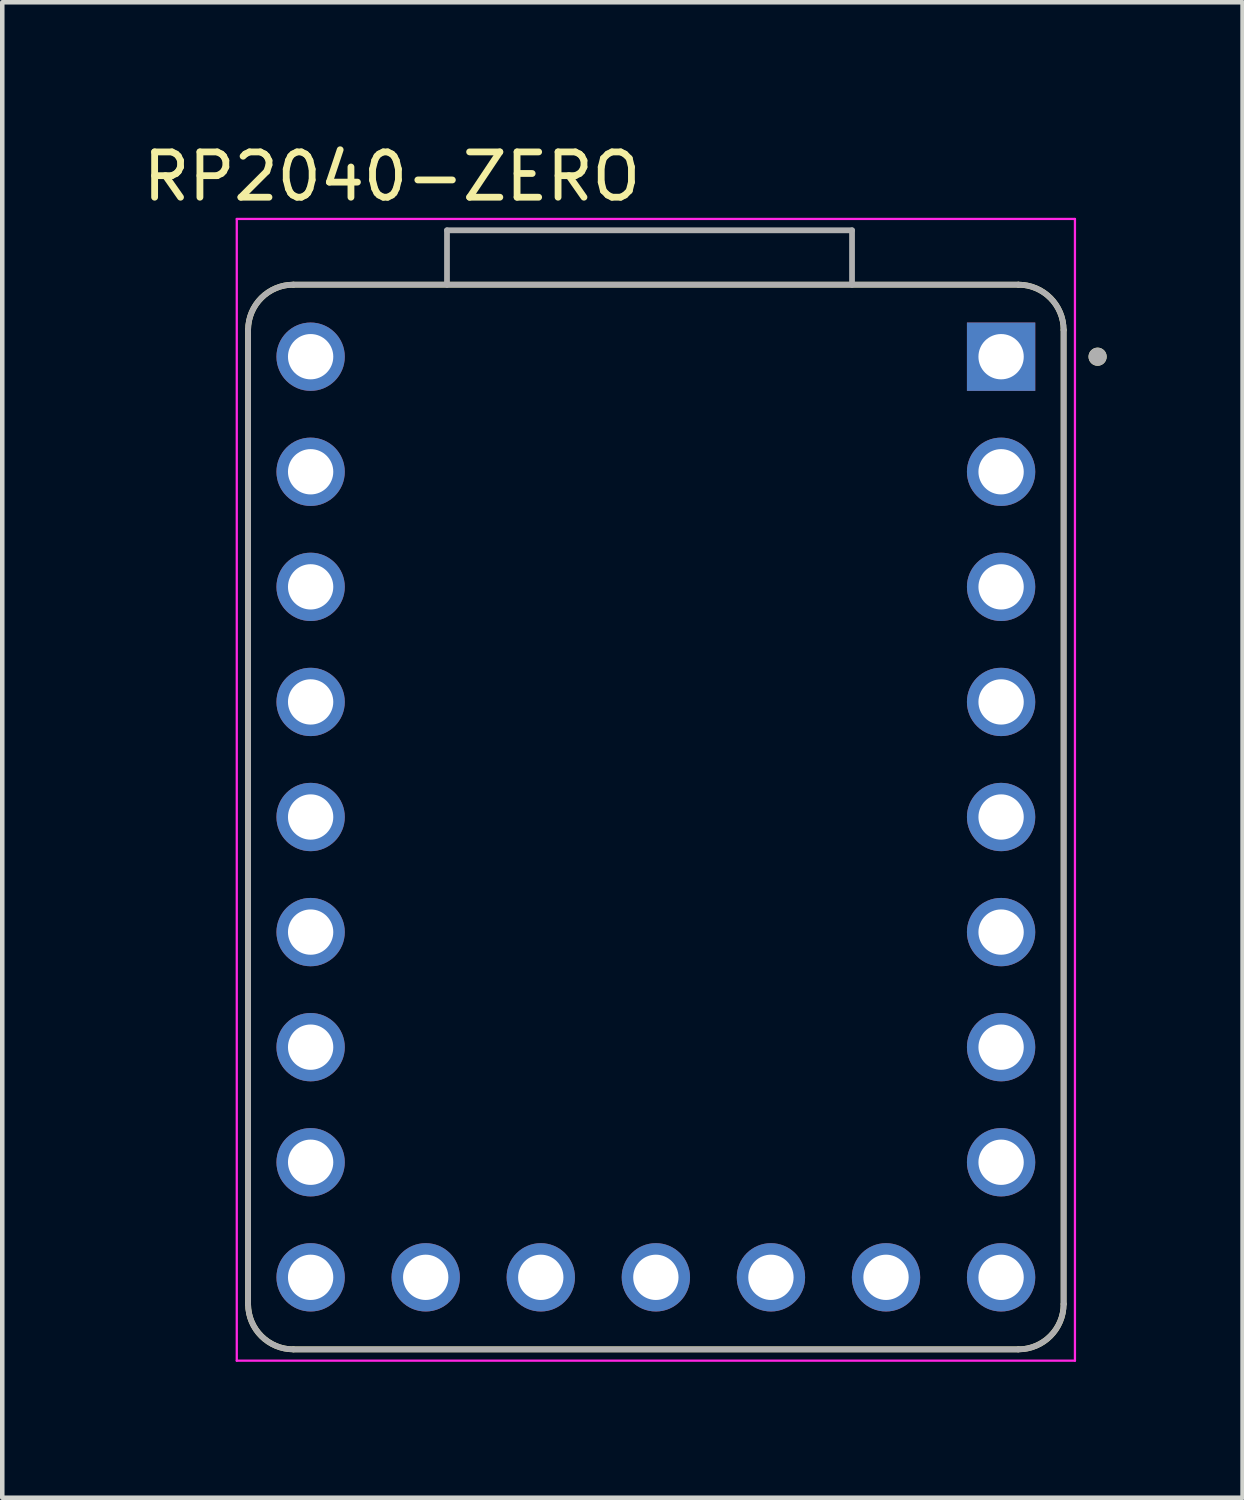
<source format=kicad_pcb>
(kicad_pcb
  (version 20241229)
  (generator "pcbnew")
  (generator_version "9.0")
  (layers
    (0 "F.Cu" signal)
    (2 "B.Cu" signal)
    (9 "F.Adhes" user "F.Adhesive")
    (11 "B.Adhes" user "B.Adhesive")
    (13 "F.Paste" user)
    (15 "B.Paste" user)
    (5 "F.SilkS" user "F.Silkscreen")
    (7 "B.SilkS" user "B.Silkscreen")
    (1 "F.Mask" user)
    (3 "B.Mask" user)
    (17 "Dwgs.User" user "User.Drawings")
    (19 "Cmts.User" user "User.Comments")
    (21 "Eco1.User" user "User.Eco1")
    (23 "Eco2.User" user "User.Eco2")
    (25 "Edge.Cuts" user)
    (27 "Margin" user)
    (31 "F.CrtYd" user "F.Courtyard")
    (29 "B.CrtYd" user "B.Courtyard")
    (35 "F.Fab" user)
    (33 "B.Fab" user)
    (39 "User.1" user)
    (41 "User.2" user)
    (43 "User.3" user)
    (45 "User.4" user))
  (footprint "RP2040-ZERO"
    (layer "F.Cu")
    (at 11.426 14.983)
    (property "Reference" "RP2040-ZERO" (at -5.825 -14.135 0) (layer "F.SilkS") (effects (font (size 1 1) (thickness 0.15))))
    (attr through_hole)
    (fp_line (start -9 -10.75) (end -9 10.75) (stroke (width 0.127) (type solid)) (layer "F.SilkS"))
    (fp_line (start -8 11.75) (end 8 11.75) (stroke (width 0.127) (type solid)) (layer "F.SilkS"))
    (fp_line (start 8 -11.75) (end -8 -11.75) (stroke (width 0.127) (type solid)) (layer "F.SilkS"))
    (fp_line (start 9 10.75) (end 9 -10.75) (stroke (width 0.127) (type solid)) (layer "F.SilkS"))
    (fp_arc (start -9 -10.75) (mid -8.707107 -11.457107) (end -8 -11.75) (stroke (width 0.127) (type solid)) (layer "F.SilkS"))
    (fp_arc (start -8 11.75) (mid -8.707107 11.457107) (end -9 10.75) (stroke (width 0.127) (type solid)) (layer "F.SilkS"))
    (fp_arc (start 8 -11.75) (mid 8.707107 -11.457107) (end 9 -10.75) (stroke (width 0.127) (type solid)) (layer "F.SilkS"))
    (fp_arc (start 9 10.75) (mid 8.707107 11.457107) (end 8 11.75) (stroke (width 0.127) (type solid)) (layer "F.SilkS"))
    (fp_circle (center 9.75 -10.16) (end 9.85 -10.16) (stroke (width 0.2) (type solid)) (fill no) (layer "F.SilkS"))
    (fp_line (start -9.25 -13.2) (end -9.25 12) (stroke (width 0.05) (type solid)) (layer "F.CrtYd"))
    (fp_line (start -9.25 12) (end 9.25 12) (stroke (width 0.05) (type solid)) (layer "F.CrtYd"))
    (fp_line (start 9.25 -13.2) (end -9.25 -13.2) (stroke (width 0.05) (type solid)) (layer "F.CrtYd"))
    (fp_line (start 9.25 12) (end 9.25 -13.2) (stroke (width 0.05) (type solid)) (layer "F.CrtYd"))
    (fp_line (start -9 -10.75) (end -9 10.75) (stroke (width 0.127) (type solid)) (layer "F.Fab"))
    (fp_line (start -8 11.75) (end 8 11.75) (stroke (width 0.127) (type solid)) (layer "F.Fab"))
    (fp_line (start -4.61 -12.95) (end -4.61 -11.75) (stroke (width 0.127) (type solid)) (layer "F.Fab"))
    (fp_line (start -4.61 -12.95) (end 4.33 -12.95) (stroke (width 0.127) (type solid)) (layer "F.Fab"))
    (fp_line (start -4.61 -11.75) (end -8 -11.75) (stroke (width 0.127) (type solid)) (layer "F.Fab"))
    (fp_line (start 4.33 -12.95) (end 4.33 -11.75) (stroke (width 0.127) (type solid)) (layer "F.Fab"))
    (fp_line (start 4.33 -11.75) (end -4.61 -11.75) (stroke (width 0.127) (type solid)) (layer "F.Fab"))
    (fp_line (start 8 -11.75) (end 4.33 -11.75) (stroke (width 0.127) (type solid)) (layer "F.Fab"))
    (fp_line (start 9 10.75) (end 9 -10.75) (stroke (width 0.127) (type solid)) (layer "F.Fab"))
    (fp_arc (start -9 -10.75) (mid -8.707107 -11.457107) (end -8 -11.75) (stroke (width 0.127) (type solid)) (layer "F.Fab"))
    (fp_arc (start -8 11.75) (mid -8.707107 11.457107) (end -9 10.75) (stroke (width 0.127) (type solid)) (layer "F.Fab"))
    (fp_arc (start 8 -11.75) (mid 8.707107 -11.457107) (end 9 -10.75) (stroke (width 0.127) (type solid)) (layer "F.Fab"))
    (fp_arc (start 9 10.75) (mid 8.707107 11.457107) (end 8 11.75) (stroke (width 0.127) (type solid)) (layer "F.Fab"))
    (fp_circle (center 9.75 -10.16) (end 9.85 -10.16) (stroke (width 0.2) (type solid)) (fill no) (layer "F.Fab"))
    (pad "1" thru_hole rect (at 7.62 -10.16) (size 1.508 1.508) (drill 1) (layers "*.Cu" "*.Mask"))
    (pad "2" thru_hole circle (at 7.62 -7.62) (size 1.508 1.508) (drill 1) (layers "*.Cu" "*.Mask"))
    (pad "3" thru_hole circle (at 7.62 -5.08) (size 1.508 1.508) (drill 1) (layers "*.Cu" "*.Mask"))
    (pad "4" thru_hole circle (at 7.62 -2.54) (size 1.508 1.508) (drill 1) (layers "*.Cu" "*.Mask"))
    (pad "5" thru_hole circle (at 7.62 0) (size 1.508 1.508) (drill 1) (layers "*.Cu" "*.Mask"))
    (pad "6" thru_hole circle (at 7.62 2.54) (size 1.508 1.508) (drill 1) (layers "*.Cu" "*.Mask"))
    (pad "7" thru_hole circle (at 7.62 5.08) (size 1.508 1.508) (drill 1) (layers "*.Cu" "*.Mask"))
    (pad "8" thru_hole circle (at 7.62 7.62) (size 1.508 1.508) (drill 1) (layers "*.Cu" "*.Mask"))
    (pad "9" thru_hole circle (at 7.62 10.16) (size 1.508 1.508) (drill 1) (layers "*.Cu" "*.Mask"))
    (pad "10" thru_hole circle (at 5.08 10.16) (size 1.508 1.508) (drill 1) (layers "*.Cu" "*.Mask"))
    (pad "11" thru_hole circle (at 2.54 10.16) (size 1.508 1.508) (drill 1) (layers "*.Cu" "*.Mask"))
    (pad "12" thru_hole circle (at 0 10.16) (size 1.508 1.508) (drill 1) (layers "*.Cu" "*.Mask"))
    (pad "13" thru_hole circle (at -2.54 10.16) (size 1.508 1.508) (drill 1) (layers "*.Cu" "*.Mask"))
    (pad "14" thru_hole circle (at -5.08 10.16) (size 1.508 1.508) (drill 1) (layers "*.Cu" "*.Mask"))
    (pad "15" thru_hole circle (at -7.62 10.16) (size 1.508 1.508) (drill 1) (layers "*.Cu" "*.Mask"))
    (pad "16" thru_hole circle (at -7.62 7.62) (size 1.508 1.508) (drill 1) (layers "*.Cu" "*.Mask"))
    (pad "17" thru_hole circle (at -7.62 5.08) (size 1.508 1.508) (drill 1) (layers "*.Cu" "*.Mask"))
    (pad "18" thru_hole circle (at -7.62 2.54) (size 1.508 1.508) (drill 1) (layers "*.Cu" "*.Mask"))
    (pad "19" thru_hole circle (at -7.62 0) (size 1.508 1.508) (drill 1) (layers "*.Cu" "*.Mask"))
    (pad "20" thru_hole circle (at -7.62 -2.54) (size 1.508 1.508) (drill 1) (layers "*.Cu" "*.Mask"))
    (pad "21" thru_hole circle (at -7.62 -5.08) (size 1.508 1.508) (drill 1) (layers "*.Cu" "*.Mask"))
    (pad "22" thru_hole circle (at -7.62 -7.62) (size 1.508 1.508) (drill 1) (layers "*.Cu" "*.Mask"))
    (pad "23" thru_hole circle (at -7.62 -10.16) (size 1.508 1.508) (drill 1) (layers "*.Cu" "*.Mask")))
  (gr_rect
    (start -3 -3)
    (end 24.376 30.008)
    (stroke (width 0.1) (type default))
    (fill no)
    (layer "Edge.Cuts")))
</source>
